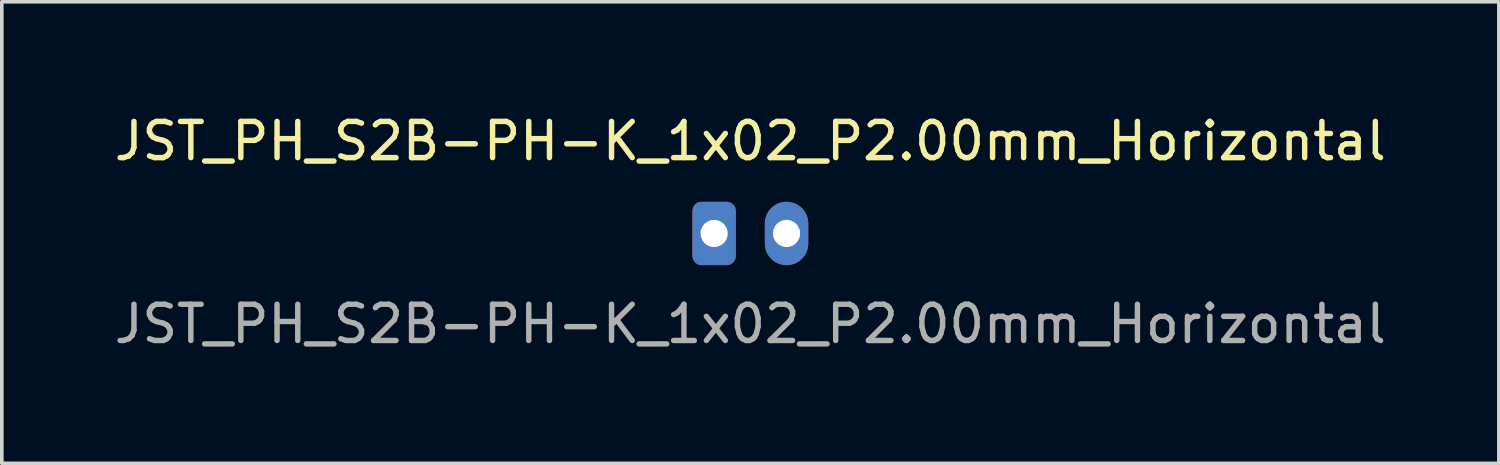
<source format=kicad_pcb>
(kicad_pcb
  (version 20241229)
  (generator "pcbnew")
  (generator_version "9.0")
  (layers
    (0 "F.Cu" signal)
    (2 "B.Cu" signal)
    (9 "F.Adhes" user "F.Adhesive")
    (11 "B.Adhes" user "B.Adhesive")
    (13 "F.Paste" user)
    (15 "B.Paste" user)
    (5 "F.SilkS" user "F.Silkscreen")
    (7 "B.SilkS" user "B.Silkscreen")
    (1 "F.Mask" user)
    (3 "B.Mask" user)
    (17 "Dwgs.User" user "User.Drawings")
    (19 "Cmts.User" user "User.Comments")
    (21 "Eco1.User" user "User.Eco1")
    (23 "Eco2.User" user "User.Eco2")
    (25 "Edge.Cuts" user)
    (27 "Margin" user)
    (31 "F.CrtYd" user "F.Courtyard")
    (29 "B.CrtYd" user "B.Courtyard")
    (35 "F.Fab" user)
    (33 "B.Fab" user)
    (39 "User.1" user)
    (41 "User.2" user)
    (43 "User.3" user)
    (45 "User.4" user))
  (footprint "JST_PH_S2B-PH-K_1x02_P2.00mm_Horizontal"
    (layer "F.Cu")
    (at 16.673 3.398)
    (property "Reference" "JST_PH_S2B-PH-K_1x02_P2.00mm_Horizontal" (at 1 -2.55 180) (layer "F.SilkS") (effects (font (size 1 1) (thickness 0.15))))
    (attr through_hole)
    (fp_text user "${REFERENCE}" (at 1 2.5 180) (layer "F.Fab") (effects (font (size 1 1) (thickness 0.15))))
    (pad "1" thru_hole roundrect (at 0 0) (size 1.2 1.75) (drill 0.75) (layers "*.Cu" "*.Mask") (roundrect_rratio 0.208))
    (pad "2" thru_hole oval (at 2 0) (size 1.2 1.75) (drill 0.75) (layers "*.Cu" "*.Mask")))
  (gr_rect
    (start -3 -3)
    (end 38.345 9.746)
    (stroke (width 0.1) (type default))
    (fill no)
    (layer "Edge.Cuts")))
</source>
